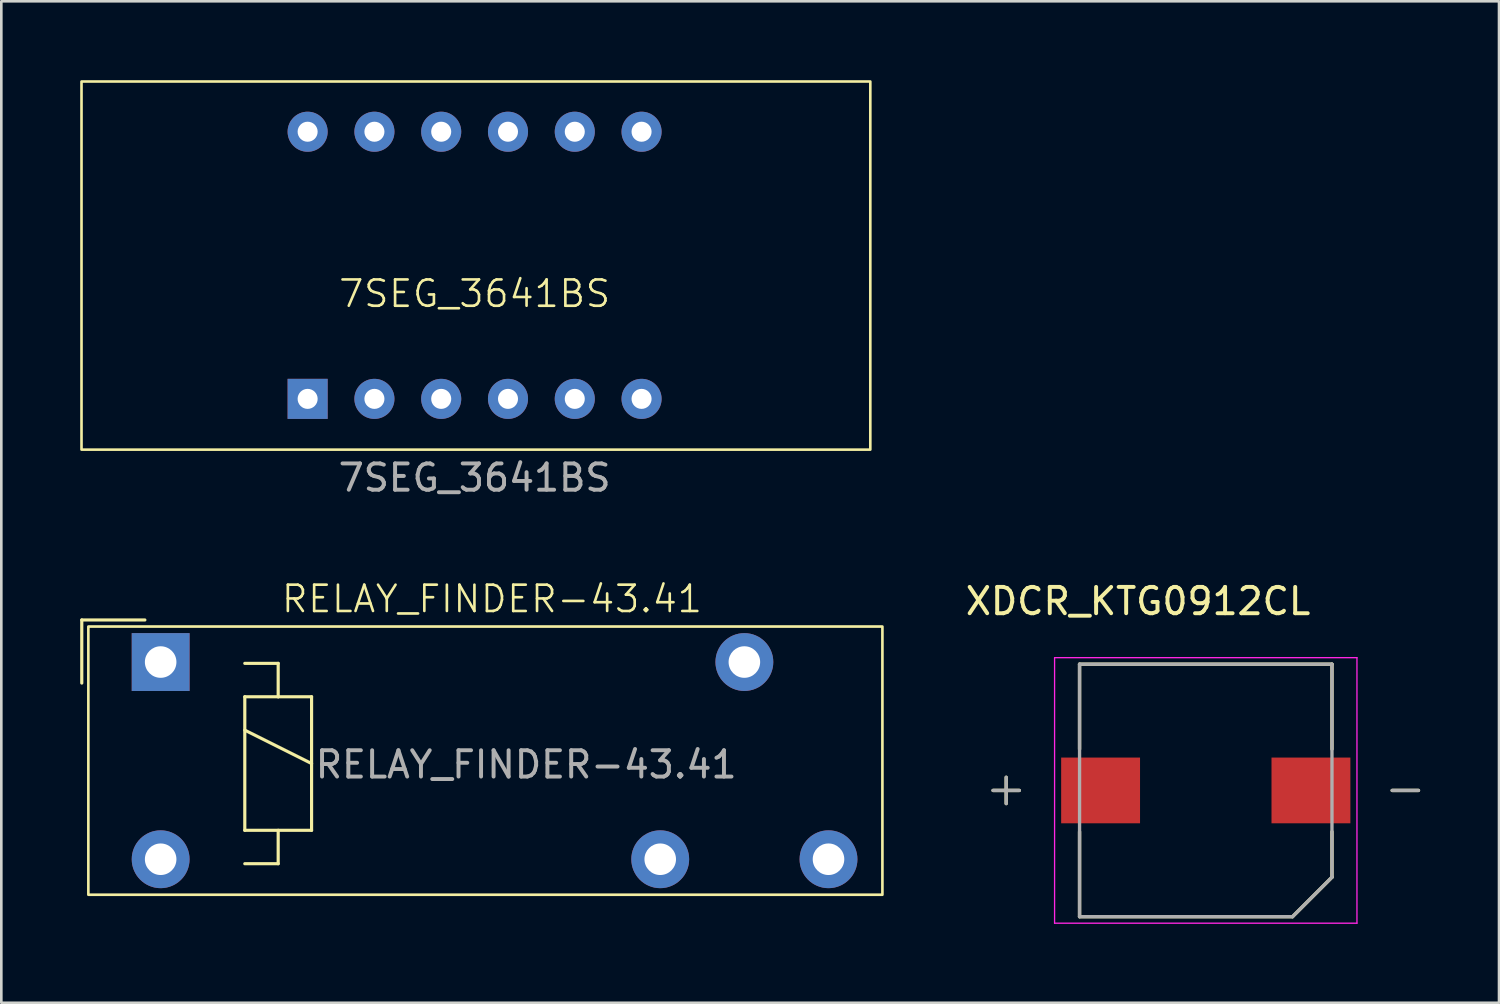
<source format=kicad_pcb>
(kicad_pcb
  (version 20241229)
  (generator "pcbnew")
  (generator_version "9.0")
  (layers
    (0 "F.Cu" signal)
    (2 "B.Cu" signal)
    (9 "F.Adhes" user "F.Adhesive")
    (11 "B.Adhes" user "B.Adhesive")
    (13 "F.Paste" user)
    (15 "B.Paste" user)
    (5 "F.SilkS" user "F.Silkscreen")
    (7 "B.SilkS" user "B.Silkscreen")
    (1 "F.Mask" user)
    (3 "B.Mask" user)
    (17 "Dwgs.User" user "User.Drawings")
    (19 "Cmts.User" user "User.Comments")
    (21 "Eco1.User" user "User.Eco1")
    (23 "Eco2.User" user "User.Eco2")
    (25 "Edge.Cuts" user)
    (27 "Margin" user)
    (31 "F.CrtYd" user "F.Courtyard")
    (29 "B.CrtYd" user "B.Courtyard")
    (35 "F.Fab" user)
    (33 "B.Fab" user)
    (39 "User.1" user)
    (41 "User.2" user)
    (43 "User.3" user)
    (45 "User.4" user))
  (footprint "XDCR_KTG0912CL"
    (layer "F.Cu")
    (at 42.808 27.012)
    (property "Reference" "XDCR_KTG0912CL" (at -2.575 -7.195 0) (layer "F.SilkS") (effects (font (size 1 1) (thickness 0.15))))
    (attr smd)
    (fp_line (start -8.09 0) (end -7.09 0) (stroke (width 0.127) (type solid)) (layer "F.SilkS"))
    (fp_line (start -7.59 -0.5) (end -7.59 0.5) (stroke (width 0.127) (type solid)) (layer "F.SilkS"))
    (fp_line (start -4.8 -4.8) (end 4.8 -4.8) (stroke (width 0.127) (type solid)) (layer "F.SilkS"))
    (fp_line (start -4.8 -1.57) (end -4.8 -4.8) (stroke (width 0.127) (type solid)) (layer "F.SilkS"))
    (fp_line (start -4.8 4.8) (end -4.8 1.57) (stroke (width 0.127) (type solid)) (layer "F.SilkS"))
    (fp_line (start 3.3 4.8) (end -4.8 4.8) (stroke (width 0.127) (type solid)) (layer "F.SilkS"))
    (fp_line (start 4.8 -4.8) (end 4.8 -1.57) (stroke (width 0.127) (type solid)) (layer "F.SilkS"))
    (fp_line (start 4.8 3.3) (end 3.3 4.8) (stroke (width 0.127) (type solid)) (layer "F.SilkS"))
    (fp_line (start 4.8 3.3) (end 4.8 1.57) (stroke (width 0.127) (type solid)) (layer "F.SilkS"))
    (fp_line (start 7.09 0) (end 8.09 0) (stroke (width 0.127) (type solid)) (layer "F.SilkS"))
    (fp_line (start -5.75 -5.05) (end -5.75 5.05) (stroke (width 0.05) (type solid)) (layer "F.CrtYd"))
    (fp_line (start -5.75 5.05) (end 5.75 5.05) (stroke (width 0.05) (type solid)) (layer "F.CrtYd"))
    (fp_line (start 5.75 -5.05) (end -5.75 -5.05) (stroke (width 0.05) (type solid)) (layer "F.CrtYd"))
    (fp_line (start 5.75 5.05) (end 5.75 -5.05) (stroke (width 0.05) (type solid)) (layer "F.CrtYd"))
    (fp_line (start -8.09 0) (end -7.09 0) (stroke (width 0.127) (type solid)) (layer "F.Fab"))
    (fp_line (start -7.59 -0.5) (end -7.59 0.5) (stroke (width 0.127) (type solid)) (layer "F.Fab"))
    (fp_line (start -4.8 -4.8) (end 4.8 -4.8) (stroke (width 0.127) (type solid)) (layer "F.Fab"))
    (fp_line (start -4.8 4.8) (end -4.8 -4.8) (stroke (width 0.127) (type solid)) (layer "F.Fab"))
    (fp_line (start 3.3 4.8) (end -4.8 4.8) (stroke (width 0.127) (type solid)) (layer "F.Fab"))
    (fp_line (start 4.8 -4.8) (end 4.8 3.3) (stroke (width 0.127) (type solid)) (layer "F.Fab"))
    (fp_line (start 4.8 3.3) (end 3.3 4.8) (stroke (width 0.127) (type solid)) (layer "F.Fab"))
    (fp_line (start 7.09 0) (end 8.09 0) (stroke (width 0.127) (type solid)) (layer "F.Fab"))
    (pad "N" smd rect (at 4 0) (size 3 2.5) (layers "F.Cu" "F.Mask" "F.Paste"))
    (pad "P" smd rect (at -4 0) (size 3 2.5) (layers "F.Cu" "F.Mask" "F.Paste")))
  (footprint "RELAY_FINDER-43.41"
    (layer "F.Cu")
    (at 3.06 22.129)
    (property "Reference" "RELAY_FINDER-43.41" (at 12.6 -2.4 0) (unlocked yes) (layer "F.SilkS") (effects (font (size 1 1) (thickness 0.1))))
    (attr through_hole)
    (fp_line (start -3 0.8) (end -3 -1.6) (stroke (width 0.12) (type solid)) (layer "F.SilkS"))
    (fp_line (start -0.6 -1.6) (end -3 -1.6) (stroke (width 0.12) (type solid)) (layer "F.SilkS"))
    (fp_line (start 3.2 0.05) (end 4.47 0.05) (stroke (width 0.12) (type solid)) (layer "F.SilkS"))
    (fp_line (start 3.2 1.32) (end 4.47 1.32) (stroke (width 0.12) (type solid)) (layer "F.SilkS"))
    (fp_line (start 3.2 2.59) (end 5.74 3.86) (stroke (width 0.12) (type solid)) (layer "F.SilkS"))
    (fp_line (start 3.2 6.4) (end 3.2 1.32) (stroke (width 0.12) (type solid)) (layer "F.SilkS"))
    (fp_line (start 4.47 0.05) (end 4.47 1.32) (stroke (width 0.12) (type solid)) (layer "F.SilkS"))
    (fp_line (start 4.47 1.32) (end 5.74 1.32) (stroke (width 0.12) (type solid)) (layer "F.SilkS"))
    (fp_line (start 4.47 6.4) (end 4.47 7.67) (stroke (width 0.12) (type solid)) (layer "F.SilkS"))
    (fp_line (start 4.47 7.67) (end 3.2 7.67) (stroke (width 0.12) (type solid)) (layer "F.SilkS"))
    (fp_line (start 5.74 1.32) (end 5.74 6.4) (stroke (width 0.12) (type solid)) (layer "F.SilkS"))
    (fp_line (start 5.74 6.4) (end 3.2 6.4) (stroke (width 0.12) (type solid)) (layer "F.SilkS"))
    (fp_rect (start -2.75 -1.35) (end 27.45 8.85) (stroke (width 0.1) (type default)) (fill no) (layer "F.SilkS"))
    (fp_text user "${REFERENCE}" (at 13.9 3.9 0) (unlocked yes) (layer "F.Fab") (effects (font (size 1 1) (thickness 0.15))))
    (pad "11" thru_hole circle (at 22.2 0) (size 2.2 2.2) (drill 1.2) (layers "*.Cu" "*.Mask"))
    (pad "12" thru_hole circle (at 19 7.5) (size 2.2 2.2) (drill 1.2) (layers "*.Cu" "*.Mask"))
    (pad "14" thru_hole circle (at 25.4 7.5) (size 2.2 2.2) (drill 1.2) (layers "*.Cu" "*.Mask"))
    (pad "A1" thru_hole rect (at 0 0) (size 2.2 2.2) (drill 1.2) (layers "*.Cu" "*.Mask"))
    (pad "A2" thru_hole circle (at 0 7.5) (size 2.2 2.2) (drill 1.2) (layers "*.Cu" "*.Mask")))
  (footprint "7SEG_3641BS"
    (layer "F.Cu")
    (at 8.65 12.12)
    (property "Reference" "7SEG_3641BS" (at 6.35 -4 0) (unlocked yes) (layer "F.SilkS") (effects (font (size 1 1) (thickness 0.1))))
    (attr through_hole)
    (fp_rect (start -8.6 -12.07) (end 21.4 1.93) (stroke (width 0.1) (type default)) (fill no) (layer "F.SilkS"))
    (fp_text user "${REFERENCE}" (at 6.35 3 0) (unlocked yes) (layer "F.Fab") (effects (font (size 1 1) (thickness 0.15))))
    (pad "1" thru_hole rect (at 0 0) (size 1.524 1.524) (drill 0.762) (layers "*.Cu" "*.Mask"))
    (pad "2" thru_hole circle (at 2.54 0) (size 1.524 1.524) (drill 0.762) (layers "*.Cu" "*.Mask"))
    (pad "3" thru_hole circle (at 5.08 0) (size 1.524 1.524) (drill 0.762) (layers "*.Cu" "*.Mask"))
    (pad "4" thru_hole circle (at 7.62 0) (size 1.524 1.524) (drill 0.762) (layers "*.Cu" "*.Mask"))
    (pad "5" thru_hole circle (at 10.16 0) (size 1.524 1.524) (drill 0.762) (layers "*.Cu" "*.Mask"))
    (pad "6" thru_hole circle (at 12.7 0) (size 1.524 1.524) (drill 0.762) (layers "*.Cu" "*.Mask"))
    (pad "7" thru_hole circle (at 12.7 -10.16) (size 1.524 1.524) (drill 0.762) (layers "*.Cu" "*.Mask"))
    (pad "8" thru_hole circle (at 10.16 -10.16) (size 1.524 1.524) (drill 0.762) (layers "*.Cu" "*.Mask"))
    (pad "9" thru_hole circle (at 7.62 -10.16) (size 1.524 1.524) (drill 0.762) (layers "*.Cu" "*.Mask"))
    (pad "10" thru_hole circle (at 5.08 -10.16) (size 1.524 1.524) (drill 0.762) (layers "*.Cu" "*.Mask"))
    (pad "11" thru_hole circle (at 2.54 -10.16) (size 1.524 1.524) (drill 0.762) (layers "*.Cu" "*.Mask"))
    (pad "12" thru_hole circle (at 0 -10.16) (size 1.524 1.524) (drill 0.762) (layers "*.Cu" "*.Mask")))
  (gr_rect
    (start -3 -3)
    (end 53.961 35.087)
    (stroke (width 0.1) (type default))
    (fill no)
    (layer "Edge.Cuts")))
</source>
